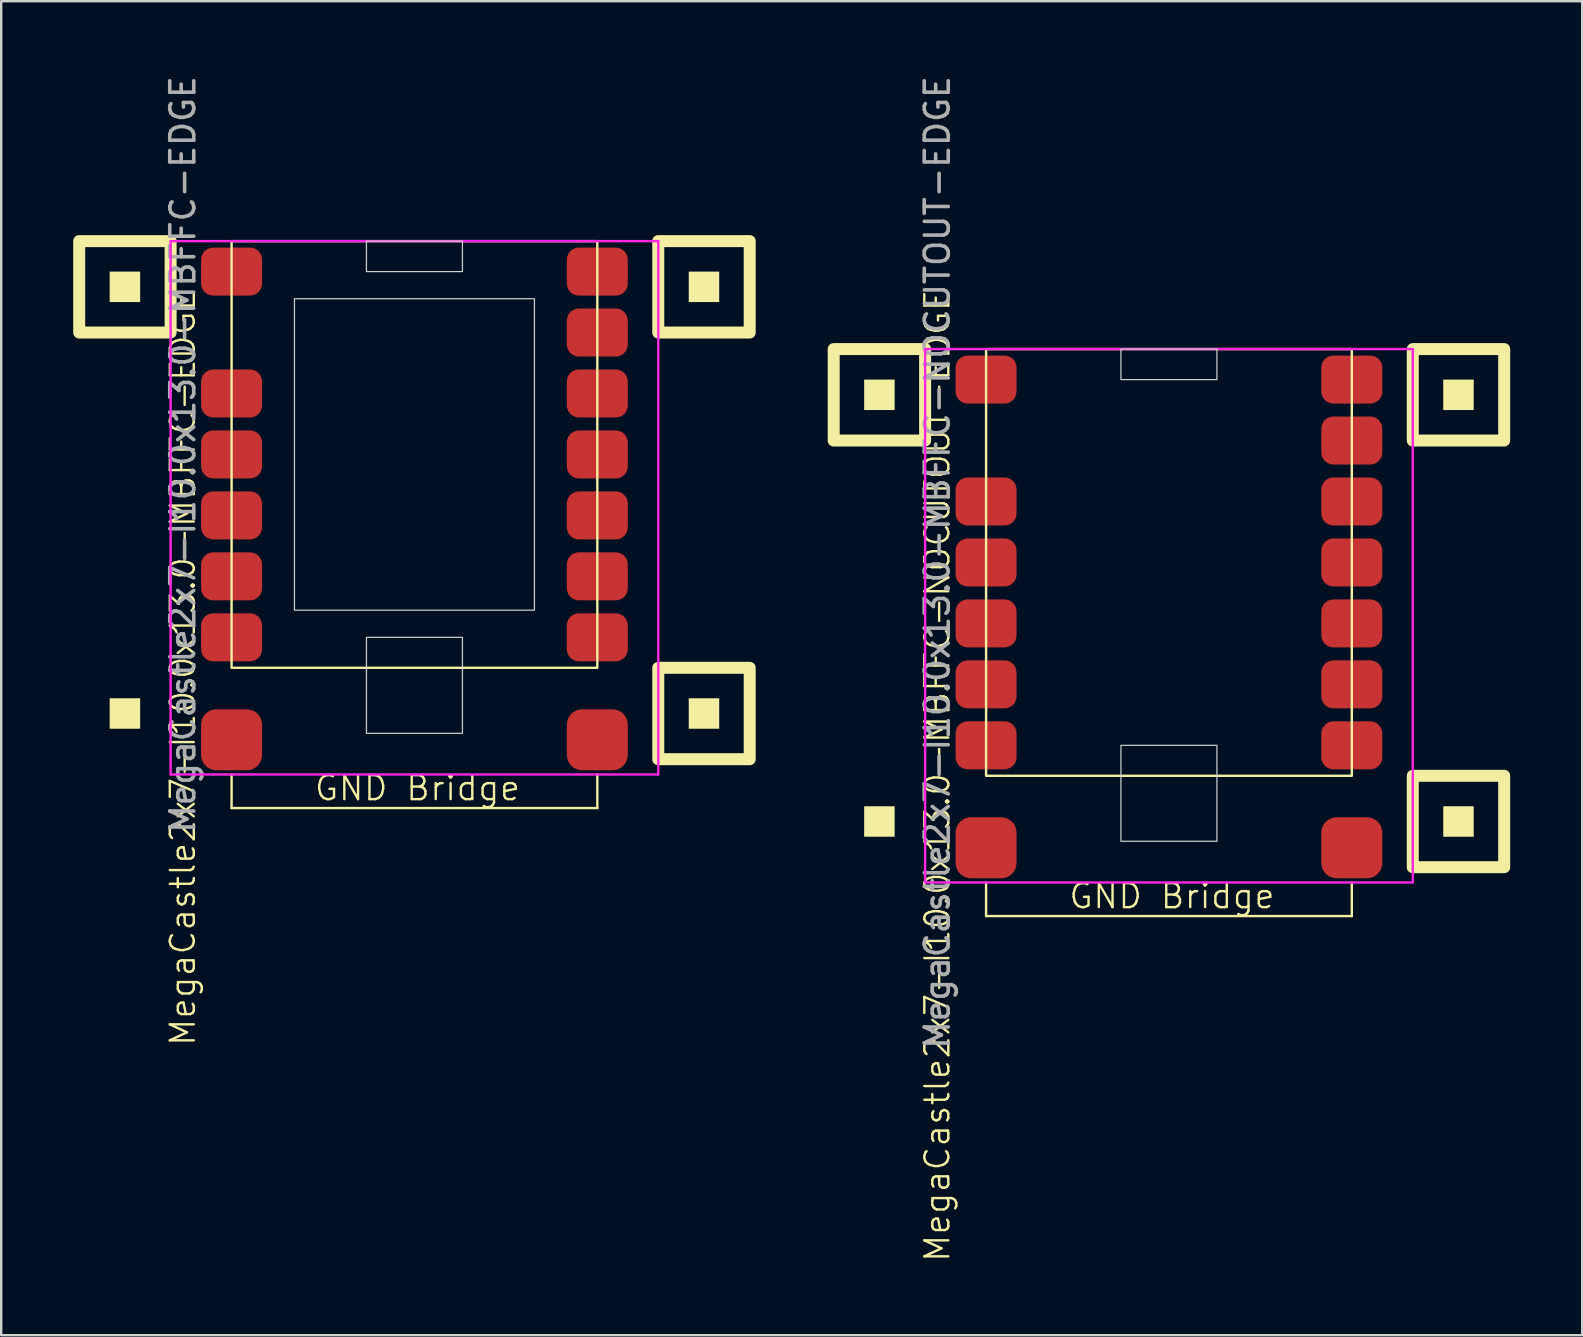
<source format=kicad_pcb>
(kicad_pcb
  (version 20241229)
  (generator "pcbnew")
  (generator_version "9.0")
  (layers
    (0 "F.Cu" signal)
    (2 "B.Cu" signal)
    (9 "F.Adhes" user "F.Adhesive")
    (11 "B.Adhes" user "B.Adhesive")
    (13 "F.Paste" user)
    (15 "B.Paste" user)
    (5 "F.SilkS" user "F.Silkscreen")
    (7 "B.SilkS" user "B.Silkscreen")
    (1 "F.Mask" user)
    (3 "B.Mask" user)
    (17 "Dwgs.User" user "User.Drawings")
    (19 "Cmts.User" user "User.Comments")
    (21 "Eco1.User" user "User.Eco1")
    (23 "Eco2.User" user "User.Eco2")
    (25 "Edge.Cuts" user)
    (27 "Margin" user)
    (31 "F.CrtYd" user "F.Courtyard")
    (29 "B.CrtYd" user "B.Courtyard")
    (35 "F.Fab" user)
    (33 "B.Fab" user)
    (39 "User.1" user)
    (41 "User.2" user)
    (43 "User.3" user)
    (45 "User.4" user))
  (footprint "MegaCastle2x7-I10.0x13.0-MBFFC-EDGE"
    (layer "F.Cu")
    (at 14.22 15.887)
    (property "Reference" "MegaCastle2x7-I10.0x13.0-MBFFC-EDGE" (at -9.652 8.89 90) (unlocked yes) (layer "F.SilkS") (effects (font (size 1 1) (thickness 0.1))))
    (attr smd)
    (fp_line (start -7.62 13.335) (end -7.62 14.735) (stroke (width 0.1) (type default)) (layer "F.SilkS"))
    (fp_line (start -7.62 14.735) (end 7.62 14.735) (stroke (width 0.1) (type default)) (layer "F.SilkS"))
    (fp_line (start 7.62 13.335) (end 7.62 14.735) (stroke (width 0.1) (type default)) (layer "F.SilkS"))
    (fp_rect (start -11.43 -6.35) (end -12.7 -7.62) (stroke (width 0) (type solid)) (fill yes) (layer "F.SilkS"))
    (fp_rect (start -11.43 11.43) (end -12.7 10.16) (stroke (width 0) (type solid)) (fill yes) (layer "F.SilkS"))
    (fp_rect (start -10.16 -5.08) (end -13.97 -8.89) (stroke (width 0.5) (type default)) (fill no) (layer "F.SilkS"))
    (fp_rect (start -7.62 -8.89) (end 7.62 8.89) (stroke (width 0.1) (type default)) (fill no) (layer "F.SilkS"))
    (fp_rect (start 12.7 -6.35) (end 11.43 -7.62) (stroke (width 0) (type solid)) (fill yes) (layer "F.SilkS"))
    (fp_rect (start 12.7 11.43) (end 11.43 10.16) (stroke (width 0) (type solid)) (fill yes) (layer "F.SilkS"))
    (fp_rect (start 13.97 -5.08) (end 10.16 -8.89) (stroke (width 0.5) (type default)) (fill no) (layer "F.SilkS"))
    (fp_rect (start 13.97 12.7) (end 10.16 8.89) (stroke (width 0.5) (type default)) (fill no) (layer "F.SilkS"))
    (fp_rect (start -5 -6.49) (end 5 6.49) (stroke (width 0.05) (type default)) (fill no) (layer "Edge.Cuts"))
    (fp_rect (start -2 -7.62) (end 2 -8.89) (stroke (width 0.05) (type default)) (fill no) (layer "Edge.Cuts"))
    (fp_rect (start -2 7.62) (end 2 11.62) (stroke (width 0.05) (type default)) (fill no) (layer "Edge.Cuts"))
    (fp_line (start -10.16 -8.89) (end -10.16 13.335) (stroke (width 0.1) (type default)) (layer "F.CrtYd"))
    (fp_line (start -10.16 13.335) (end 10.16 13.335) (stroke (width 0.1) (type default)) (layer "F.CrtYd"))
    (fp_line (start 10.16 -8.89) (end -10.16 -8.89) (stroke (width 0.1) (type default)) (layer "F.CrtYd"))
    (fp_line (start 10.16 -8.89) (end 10.16 13.335) (stroke (width 0.1) (type default)) (layer "F.CrtYd"))
    (fp_text user "GND Bridge" (at -4.226 14.49 0) (unlocked yes) (layer "F.SilkS") (effects (font (size 1 1) (thickness 0.1)) (justify left bottom)))
    (fp_text user "${REFERENCE}" (at -9.652 0 90) (unlocked yes) (layer "F.Fab") (effects (font (size 1 1) (thickness 0.15))))
    (pad "1" smd roundrect (at -7.62 -7.62) (size 2.54 2) (layers "F.Cu" "F.Mask" "F.Paste") (roundrect_rratio 0.25))
    (pad "3" smd roundrect (at -7.62 -2.54) (size 2.54 2) (layers "F.Cu" "F.Mask" "F.Paste") (roundrect_rratio 0.25))
    (pad "4" smd roundrect (at -7.62 0) (size 2.54 2) (layers "F.Cu" "F.Mask" "F.Paste") (roundrect_rratio 0.25))
    (pad "5" smd roundrect (at -7.62 2.54) (size 2.54 2) (layers "F.Cu" "F.Mask" "F.Paste") (roundrect_rratio 0.25))
    (pad "6" smd roundrect (at -7.62 5.08) (size 2.54 2) (layers "F.Cu" "F.Mask" "F.Paste") (roundrect_rratio 0.25))
    (pad "7" smd roundrect (at -7.62 7.62) (size 2.54 2) (layers "F.Cu" "F.Mask" "F.Paste") (roundrect_rratio 0.25))
    (pad "8" smd roundrect (at 7.62 -7.62) (size 2.54 2) (layers "F.Cu" "F.Mask" "F.Paste") (roundrect_rratio 0.25))
    (pad "9" smd roundrect (at 7.62 -5.08) (size 2.54 2) (layers "F.Cu" "F.Mask" "F.Paste") (roundrect_rratio 0.25))
    (pad "10" smd roundrect (at 7.62 -2.54) (size 2.54 2) (layers "F.Cu" "F.Mask" "F.Paste") (roundrect_rratio 0.25))
    (pad "11" smd roundrect (at 7.62 0) (size 2.54 2) (layers "F.Cu" "F.Mask" "F.Paste") (roundrect_rratio 0.25))
    (pad "12" smd roundrect (at 7.62 2.54) (size 2.54 2) (layers "F.Cu" "F.Mask" "F.Paste") (roundrect_rratio 0.25))
    (pad "13" smd roundrect (at 7.62 5.08) (size 2.54 2) (layers "F.Cu" "F.Mask" "F.Paste") (roundrect_rratio 0.25))
    (pad "14" smd roundrect (at 7.62 7.62) (size 2.54 2) (layers "F.Cu" "F.Mask" "F.Paste") (roundrect_rratio 0.25))
    (pad "B1" smd roundrect (at -7.62 11.89) (size 2.54 2.54) (layers "F.Cu" "F.Mask" "F.Paste") (roundrect_rratio 0.25))
    (pad "B2" smd roundrect (at 7.62 11.89) (size 2.54 2.54) (layers "F.Cu" "F.Mask" "F.Paste") (roundrect_rratio 0.25)))
  (footprint "MegaCastle2x7-I10.0x13.0-MBFFC-NOCUTOUT-EDGE"
    (layer "F.Cu")
    (at 45.66 20.387)
    (property "Reference" "MegaCastle2x7-I10.0x13.0-MBFFC-NOCUTOUT-EDGE" (at -9.652 8.89 90) (unlocked yes) (layer "F.SilkS") (effects (font (size 1 1) (thickness 0.1))))
    (attr smd)
    (fp_line (start -7.62 13.335) (end -7.62 14.735) (stroke (width 0.1) (type default)) (layer "F.SilkS"))
    (fp_line (start -7.62 14.735) (end 7.62 14.735) (stroke (width 0.1) (type default)) (layer "F.SilkS"))
    (fp_line (start 7.62 13.335) (end 7.62 14.735) (stroke (width 0.1) (type default)) (layer "F.SilkS"))
    (fp_rect (start -11.43 -6.35) (end -12.7 -7.62) (stroke (width 0) (type solid)) (fill yes) (layer "F.SilkS"))
    (fp_rect (start -11.43 11.43) (end -12.7 10.16) (stroke (width 0) (type solid)) (fill yes) (layer "F.SilkS"))
    (fp_rect (start -10.16 -5.08) (end -13.97 -8.89) (stroke (width 0.5) (type default)) (fill no) (layer "F.SilkS"))
    (fp_rect (start -7.62 -8.89) (end 7.62 8.89) (stroke (width 0.1) (type default)) (fill no) (layer "F.SilkS"))
    (fp_rect (start 12.7 -6.35) (end 11.43 -7.62) (stroke (width 0) (type solid)) (fill yes) (layer "F.SilkS"))
    (fp_rect (start 12.7 11.43) (end 11.43 10.16) (stroke (width 0) (type solid)) (fill yes) (layer "F.SilkS"))
    (fp_rect (start 13.97 -5.08) (end 10.16 -8.89) (stroke (width 0.5) (type default)) (fill no) (layer "F.SilkS"))
    (fp_rect (start 13.97 12.7) (end 10.16 8.89) (stroke (width 0.5) (type default)) (fill no) (layer "F.SilkS"))
    (fp_rect (start -2 -7.62) (end 2 -8.89) (stroke (width 0.05) (type default)) (fill no) (layer "Edge.Cuts"))
    (fp_rect (start -2 7.62) (end 2 11.62) (stroke (width 0.05) (type default)) (fill no) (layer "Edge.Cuts"))
    (fp_line (start -10.16 -8.89) (end -10.16 13.335) (stroke (width 0.1) (type default)) (layer "F.CrtYd"))
    (fp_line (start -10.16 13.335) (end 10.16 13.335) (stroke (width 0.1) (type default)) (layer "F.CrtYd"))
    (fp_line (start 10.16 -8.89) (end -10.16 -8.89) (stroke (width 0.1) (type default)) (layer "F.CrtYd"))
    (fp_line (start 10.16 -8.89) (end 10.16 13.335) (stroke (width 0.1) (type default)) (layer "F.CrtYd"))
    (fp_text user "GND Bridge" (at -4.226 14.49 0) (unlocked yes) (layer "F.SilkS") (effects (font (size 1 1) (thickness 0.1)) (justify left bottom)))
    (fp_text user "${REFERENCE}" (at -9.652 0 90) (unlocked yes) (layer "F.Fab") (effects (font (size 1 1) (thickness 0.15))))
    (pad "1" smd roundrect (at -7.62 -7.62) (size 2.54 2) (layers "F.Cu" "F.Mask" "F.Paste") (roundrect_rratio 0.25))
    (pad "3" smd roundrect (at -7.62 -2.54) (size 2.54 2) (layers "F.Cu" "F.Mask" "F.Paste") (roundrect_rratio 0.25))
    (pad "4" smd roundrect (at -7.62 0) (size 2.54 2) (layers "F.Cu" "F.Mask" "F.Paste") (roundrect_rratio 0.25))
    (pad "5" smd roundrect (at -7.62 2.54) (size 2.54 2) (layers "F.Cu" "F.Mask" "F.Paste") (roundrect_rratio 0.25))
    (pad "6" smd roundrect (at -7.62 5.08) (size 2.54 2) (layers "F.Cu" "F.Mask" "F.Paste") (roundrect_rratio 0.25))
    (pad "7" smd roundrect (at -7.62 7.62) (size 2.54 2) (layers "F.Cu" "F.Mask" "F.Paste") (roundrect_rratio 0.25))
    (pad "8" smd roundrect (at 7.62 -7.62) (size 2.54 2) (layers "F.Cu" "F.Mask" "F.Paste") (roundrect_rratio 0.25))
    (pad "9" smd roundrect (at 7.62 -5.08) (size 2.54 2) (layers "F.Cu" "F.Mask" "F.Paste") (roundrect_rratio 0.25))
    (pad "10" smd roundrect (at 7.62 -2.54) (size 2.54 2) (layers "F.Cu" "F.Mask" "F.Paste") (roundrect_rratio 0.25))
    (pad "11" smd roundrect (at 7.62 0) (size 2.54 2) (layers "F.Cu" "F.Mask" "F.Paste") (roundrect_rratio 0.25))
    (pad "12" smd roundrect (at 7.62 2.54) (size 2.54 2) (layers "F.Cu" "F.Mask" "F.Paste") (roundrect_rratio 0.25))
    (pad "13" smd roundrect (at 7.62 5.08) (size 2.54 2) (layers "F.Cu" "F.Mask" "F.Paste") (roundrect_rratio 0.25))
    (pad "14" smd roundrect (at 7.62 7.62) (size 2.54 2) (layers "F.Cu" "F.Mask" "F.Paste") (roundrect_rratio 0.25))
    (pad "B1" smd roundrect (at -7.62 11.89) (size 2.54 2.54) (layers "F.Cu" "F.Mask" "F.Paste") (roundrect_rratio 0.25))
    (pad "B2" smd roundrect (at 7.62 11.89) (size 2.54 2.54) (layers "F.Cu" "F.Mask" "F.Paste") (roundrect_rratio 0.25)))
  (gr_rect
    (start -3 -3)
    (end 62.88 52.589)
    (stroke (width 0.1) (type default))
    (fill no)
    (layer "Edge.Cuts")))
</source>
